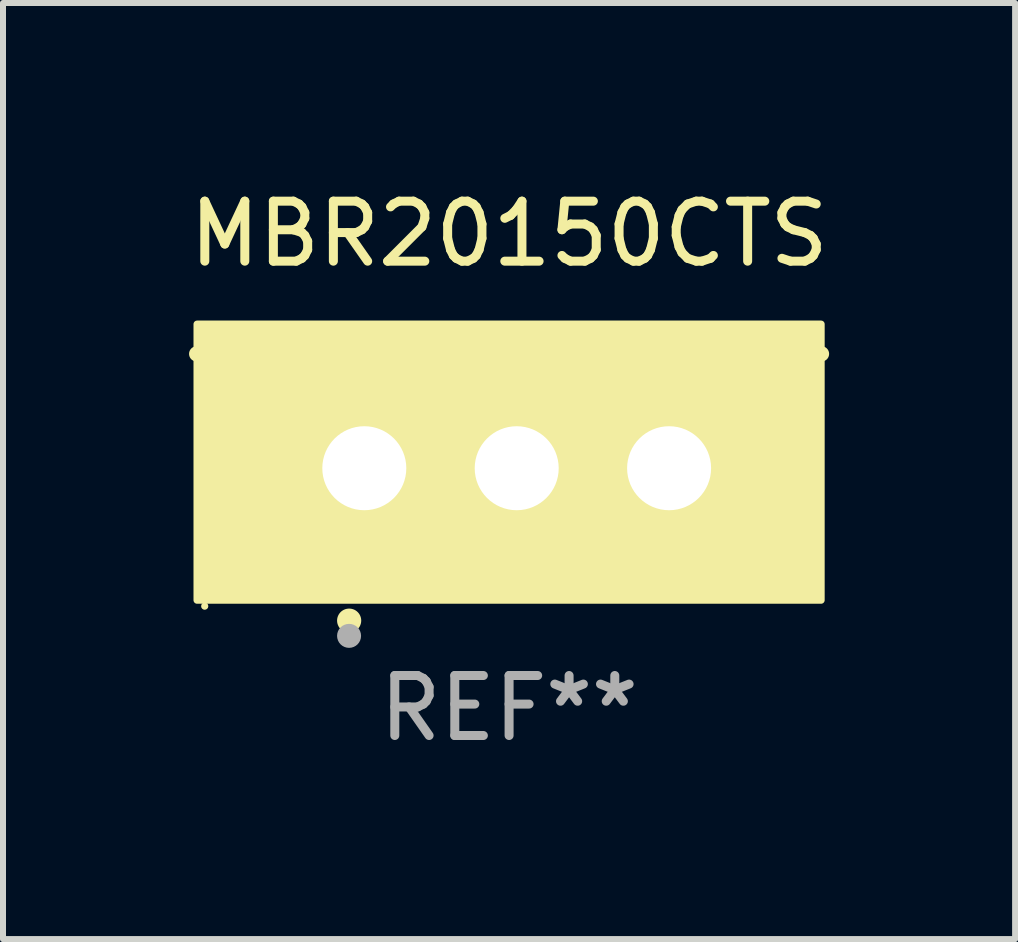
<source format=kicad_pcb>
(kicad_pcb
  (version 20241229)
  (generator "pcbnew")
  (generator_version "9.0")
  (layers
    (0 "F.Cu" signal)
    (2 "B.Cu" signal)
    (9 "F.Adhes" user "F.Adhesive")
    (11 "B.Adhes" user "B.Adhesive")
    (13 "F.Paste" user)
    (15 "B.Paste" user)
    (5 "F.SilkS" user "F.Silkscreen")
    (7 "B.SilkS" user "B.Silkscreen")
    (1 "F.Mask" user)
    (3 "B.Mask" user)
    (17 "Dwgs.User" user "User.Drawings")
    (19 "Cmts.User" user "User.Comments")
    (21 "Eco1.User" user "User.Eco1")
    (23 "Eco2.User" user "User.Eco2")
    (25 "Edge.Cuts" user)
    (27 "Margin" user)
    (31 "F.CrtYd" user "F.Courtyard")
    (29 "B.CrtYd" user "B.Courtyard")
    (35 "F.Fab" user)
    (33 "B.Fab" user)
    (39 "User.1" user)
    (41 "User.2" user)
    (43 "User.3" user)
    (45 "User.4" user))
  (footprint "MBR20150CTS"
    (layer "F.Cu")
    (at 5.435 3.801)
    (property "Reference" "MBR20150CTS" (at 0 -2.953 0) (layer "F.SilkS") (effects (font (size 1 1) (thickness 0.15))))
    (attr through_hole)
    (fp_line (start 5.207 -0.953) (end -5.207 -0.953) (stroke (width 0.254) (type solid)) (layer "F.SilkS"))
    (fp_arc (start -2.66698 3.49252) (mid -2.66571 3.492516) (end -2.66444 3.49252) (stroke (width 0.4) (type solid)) (layer "F.SilkS"))
    (fp_circle (center -5.073 3.252) (end -5.043 3.252) (stroke (width 0.06) (type solid)) (fill no) (layer "F.SilkS"))
    (fp_poly (pts (xy -5.2 -1.448) (xy 5.2 -1.448) (xy 5.2 3.152) (xy -5.2 3.152)) (stroke (width 0.12) (type solid)) (fill yes) (layer "F.SilkS"))
    (fp_circle (center -2.667 3.747) (end -2.567 3.747) (stroke (width 0.2) (type solid)) (fill no) (layer "F.Fab"))
    (fp_text user "REF**" (at 0 4.953 0) (layer "F.Fab") (effects (font (size 1 1) (thickness 0.15))))
    (pad "1" thru_hole rect (at -2.413 0.953) (size 2 2.5) (drill 1.4) (layers "*.Cu" "*.Mask"))
    (pad "2" thru_hole oval (at 0.127 0.953) (size 2 2.5) (drill 1.4) (layers "*.Cu" "*.Mask"))
    (pad "3" thru_hole oval (at 2.667 0.953) (size 2 2.5) (drill 1.4) (layers "*.Cu" "*.Mask")))
  (gr_rect
    (start -3 -3)
    (end 13.869 12.602)
    (stroke (width 0.1) (type default))
    (fill no)
    (layer "Edge.Cuts")))
</source>
